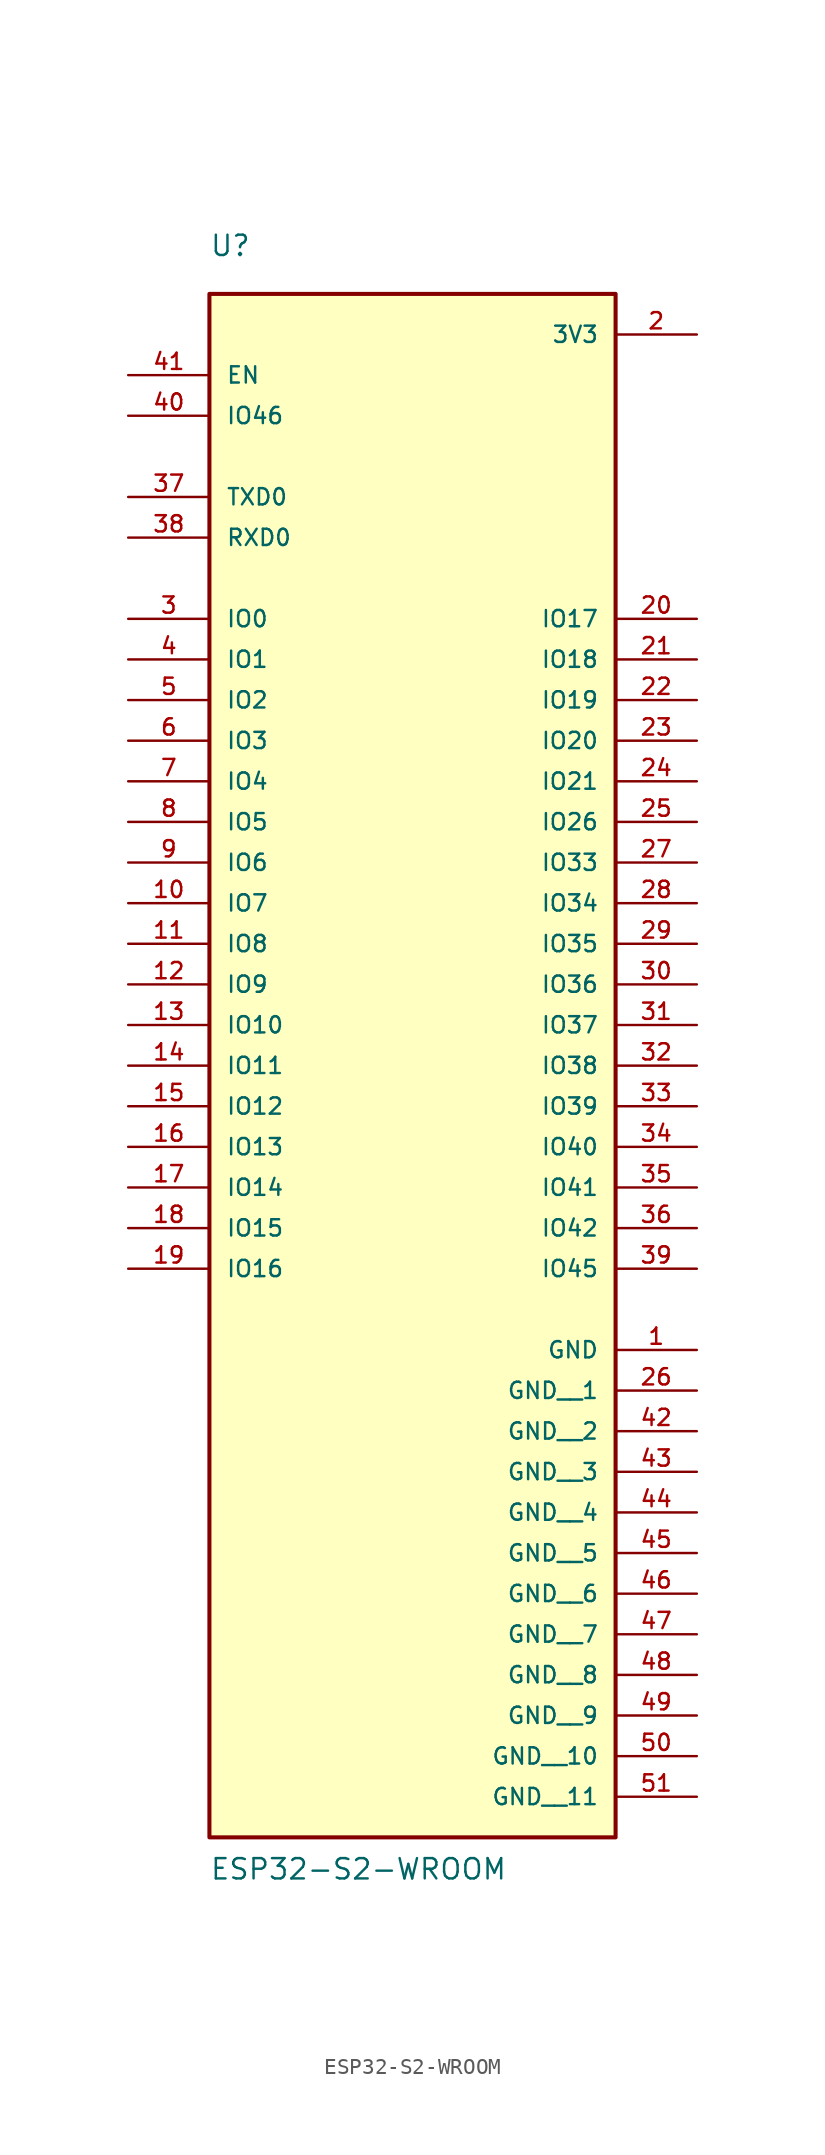
<source format=kicad_sym>
(kicad_symbol_lib
  (version 20211014)
  (generator kicad_symbol_editor)
  (symbol "ESP32-S2-WROOM"
    (pin_names
      (offset 1.016))
    (property "Reference" "U"
      (at -12.7 37.83 0.0)
      (effects (font (size 1.27 1.27)) (justify bottom left)))
    (property "Value" "ESP32-S2-WROOM"
      (at -12.7 -63.69 0.0)
      (effects (font (size 1.27 1.27)) (justify bottom left)))
    (symbol "ESP32-S2-WROOM_0_0"
      (rectangle (start -12.7 -60.96) (end 12.7 35.56) (stroke (width 0.254)) (fill (type background)))
      (pin power_in line (at 17.78 33.02 180.0) (length 5.08) (name "3V3" (effects (font (size 1.016 1.016)))) (number "2" (effects (font (size 1.016 1.016)))))
      (pin power_in line (at 17.78 -30.48 180.0) (length 5.08) (name "GND" (effects (font (size 1.016 1.016)))) (number "1" (effects (font (size 1.016 1.016)))))
      (pin bidirectional line (at -17.78 15.24 0) (length 5.08) (name "IO0" (effects (font (size 1.016 1.016)))) (number "3" (effects (font (size 1.016 1.016)))))
      (pin bidirectional line (at -17.78 12.7 0) (length 5.08) (name "IO1" (effects (font (size 1.016 1.016)))) (number "4" (effects (font (size 1.016 1.016)))))
      (pin bidirectional line (at -17.78 10.16 0) (length 5.08) (name "IO2" (effects (font (size 1.016 1.016)))) (number "5" (effects (font (size 1.016 1.016)))))
      (pin bidirectional line (at -17.78 7.62 0) (length 5.08) (name "IO3" (effects (font (size 1.016 1.016)))) (number "6" (effects (font (size 1.016 1.016)))))
      (pin bidirectional line (at -17.78 5.08 0) (length 5.08) (name "IO4" (effects (font (size 1.016 1.016)))) (number "7" (effects (font (size 1.016 1.016)))))
      (pin bidirectional line (at -17.78 2.54 0) (length 5.08) (name "IO5" (effects (font (size 1.016 1.016)))) (number "8" (effects (font (size 1.016 1.016)))))
      (pin bidirectional line (at -17.78 0.0 0) (length 5.08) (name "IO6" (effects (font (size 1.016 1.016)))) (number "9" (effects (font (size 1.016 1.016)))))
      (pin bidirectional line (at -17.78 -2.54 0) (length 5.08) (name "IO7" (effects (font (size 1.016 1.016)))) (number "10" (effects (font (size 1.016 1.016)))))
      (pin bidirectional line (at -17.78 -5.08 0) (length 5.08) (name "IO8" (effects (font (size 1.016 1.016)))) (number "11" (effects (font (size 1.016 1.016)))))
      (pin bidirectional line (at -17.78 -7.62 0) (length 5.08) (name "IO9" (effects (font (size 1.016 1.016)))) (number "12" (effects (font (size 1.016 1.016)))))
      (pin bidirectional line (at -17.78 -10.16 0) (length 5.08) (name "IO10" (effects (font (size 1.016 1.016)))) (number "13" (effects (font (size 1.016 1.016)))))
      (pin bidirectional line (at -17.78 -12.7 0) (length 5.08) (name "IO11" (effects (font (size 1.016 1.016)))) (number "14" (effects (font (size 1.016 1.016)))))
      (pin bidirectional line (at -17.78 -15.24 0) (length 5.08) (name "IO12" (effects (font (size 1.016 1.016)))) (number "15" (effects (font (size 1.016 1.016)))))
      (pin bidirectional line (at -17.78 -17.78 0) (length 5.08) (name "IO13" (effects (font (size 1.016 1.016)))) (number "16" (effects (font (size 1.016 1.016)))))
      (pin bidirectional line (at -17.78 -20.32 0) (length 5.08) (name "IO14" (effects (font (size 1.016 1.016)))) (number "17" (effects (font (size 1.016 1.016)))))
      (pin bidirectional line (at -17.78 -22.86 0) (length 5.08) (name "IO15" (effects (font (size 1.016 1.016)))) (number "18" (effects (font (size 1.016 1.016)))))
      (pin bidirectional line (at -17.78 -25.4 0) (length 5.08) (name "IO16" (effects (font (size 1.016 1.016)))) (number "19" (effects (font (size 1.016 1.016)))))
      (pin bidirectional line (at 17.78 15.24 180.0) (length 5.08) (name "IO17" (effects (font (size 1.016 1.016)))) (number "20" (effects (font (size 1.016 1.016)))))
      (pin bidirectional line (at 17.78 12.7 180.0) (length 5.08) (name "IO18" (effects (font (size 1.016 1.016)))) (number "21" (effects (font (size 1.016 1.016)))))
      (pin bidirectional line (at 17.78 10.16 180.0) (length 5.08) (name "IO19" (effects (font (size 1.016 1.016)))) (number "22" (effects (font (size 1.016 1.016)))))
      (pin bidirectional line (at 17.78 7.62 180.0) (length 5.08) (name "IO20" (effects (font (size 1.016 1.016)))) (number "23" (effects (font (size 1.016 1.016)))))
      (pin bidirectional line (at 17.78 5.08 180.0) (length 5.08) (name "IO21" (effects (font (size 1.016 1.016)))) (number "24" (effects (font (size 1.016 1.016)))))
      (pin bidirectional line (at 17.78 2.54 180.0) (length 5.08) (name "IO26" (effects (font (size 1.016 1.016)))) (number "25" (effects (font (size 1.016 1.016)))))
      (pin bidirectional line (at 17.78 0.0 180.0) (length 5.08) (name "IO33" (effects (font (size 1.016 1.016)))) (number "27" (effects (font (size 1.016 1.016)))))
      (pin bidirectional line (at 17.78 -2.54 180.0) (length 5.08) (name "IO34" (effects (font (size 1.016 1.016)))) (number "28" (effects (font (size 1.016 1.016)))))
      (pin bidirectional line (at 17.78 -7.62 180.0) (length 5.08) (name "IO36" (effects (font (size 1.016 1.016)))) (number "30" (effects (font (size 1.016 1.016)))))
      (pin bidirectional line (at 17.78 -10.16 180.0) (length 5.08) (name "IO37" (effects (font (size 1.016 1.016)))) (number "31" (effects (font (size 1.016 1.016)))))
      (pin bidirectional line (at 17.78 -12.7 180.0) (length 5.08) (name "IO38" (effects (font (size 1.016 1.016)))) (number "32" (effects (font (size 1.016 1.016)))))
      (pin bidirectional line (at 17.78 -15.24 180.0) (length 5.08) (name "IO39" (effects (font (size 1.016 1.016)))) (number "33" (effects (font (size 1.016 1.016)))))
      (pin bidirectional line (at 17.78 -17.78 180.0) (length 5.08) (name "IO40" (effects (font (size 1.016 1.016)))) (number "34" (effects (font (size 1.016 1.016)))))
      (pin bidirectional line (at 17.78 -20.32 180.0) (length 5.08) (name "IO41" (effects (font (size 1.016 1.016)))) (number "35" (effects (font (size 1.016 1.016)))))
      (pin bidirectional line (at 17.78 -22.86 180.0) (length 5.08) (name "IO42" (effects (font (size 1.016 1.016)))) (number "36" (effects (font (size 1.016 1.016)))))
      (pin bidirectional line (at 17.78 -25.4 180.0) (length 5.08) (name "IO45" (effects (font (size 1.016 1.016)))) (number "39" (effects (font (size 1.016 1.016)))))
      (pin input line (at -17.78 27.94 0) (length 5.08) (name "IO46" (effects (font (size 1.016 1.016)))) (number "40" (effects (font (size 1.016 1.016)))))
      (pin input line (at -17.78 30.48 0) (length 5.08) (name "EN" (effects (font (size 1.016 1.016)))) (number "41" (effects (font (size 1.016 1.016)))))
      (pin bidirectional line (at 17.78 -5.08 180.0) (length 5.08) (name "IO35" (effects (font (size 1.016 1.016)))) (number "29" (effects (font (size 1.016 1.016)))))
      (pin bidirectional line (at -17.78 22.86 0) (length 5.08) (name "TXD0" (effects (font (size 1.016 1.016)))) (number "37" (effects (font (size 1.016 1.016)))))
      (pin bidirectional line (at -17.78 20.32 0) (length 5.08) (name "RXD0" (effects (font (size 1.016 1.016)))) (number "38" (effects (font (size 1.016 1.016)))))
      (pin power_in line (at 17.78 -33.02 180.0) (length 5.08) (name "GND__1" (effects (font (size 1.016 1.016)))) (number "26" (effects (font (size 1.016 1.016)))))
      (pin power_in line (at 17.78 -35.56 180.0) (length 5.08) (name "GND__2" (effects (font (size 1.016 1.016)))) (number "42" (effects (font (size 1.016 1.016)))))
      (pin power_in line (at 17.78 -38.1 180.0) (length 5.08) (name "GND__3" (effects (font (size 1.016 1.016)))) (number "43" (effects (font (size 1.016 1.016)))))
      (pin power_in line (at 17.78 -40.64 180.0) (length 5.08) (name "GND__4" (effects (font (size 1.016 1.016)))) (number "44" (effects (font (size 1.016 1.016)))))
      (pin power_in line (at 17.78 -43.18 180.0) (length 5.08) (name "GND__5" (effects (font (size 1.016 1.016)))) (number "45" (effects (font (size 1.016 1.016)))))
      (pin power_in line (at 17.78 -45.72 180.0) (length 5.08) (name "GND__6" (effects (font (size 1.016 1.016)))) (number "46" (effects (font (size 1.016 1.016)))))
      (pin power_in line (at 17.78 -48.26 180.0) (length 5.08) (name "GND__7" (effects (font (size 1.016 1.016)))) (number "47" (effects (font (size 1.016 1.016)))))
      (pin power_in line (at 17.78 -50.8 180.0) (length 5.08) (name "GND__8" (effects (font (size 1.016 1.016)))) (number "48" (effects (font (size 1.016 1.016)))))
      (pin power_in line (at 17.78 -53.34 180.0) (length 5.08) (name "GND__9" (effects (font (size 1.016 1.016)))) (number "49" (effects (font (size 1.016 1.016)))))
      (pin power_in line (at 17.78 -55.88 180.0) (length 5.08) (name "GND__10" (effects (font (size 1.016 1.016)))) (number "50" (effects (font (size 1.016 1.016)))))
      (pin power_in line (at 17.78 -58.42 180.0) (length 5.08) (name "GND__11" (effects (font (size 1.016 1.016)))) (number "51" (effects (font (size 1.016 1.016))))))))
</source>
